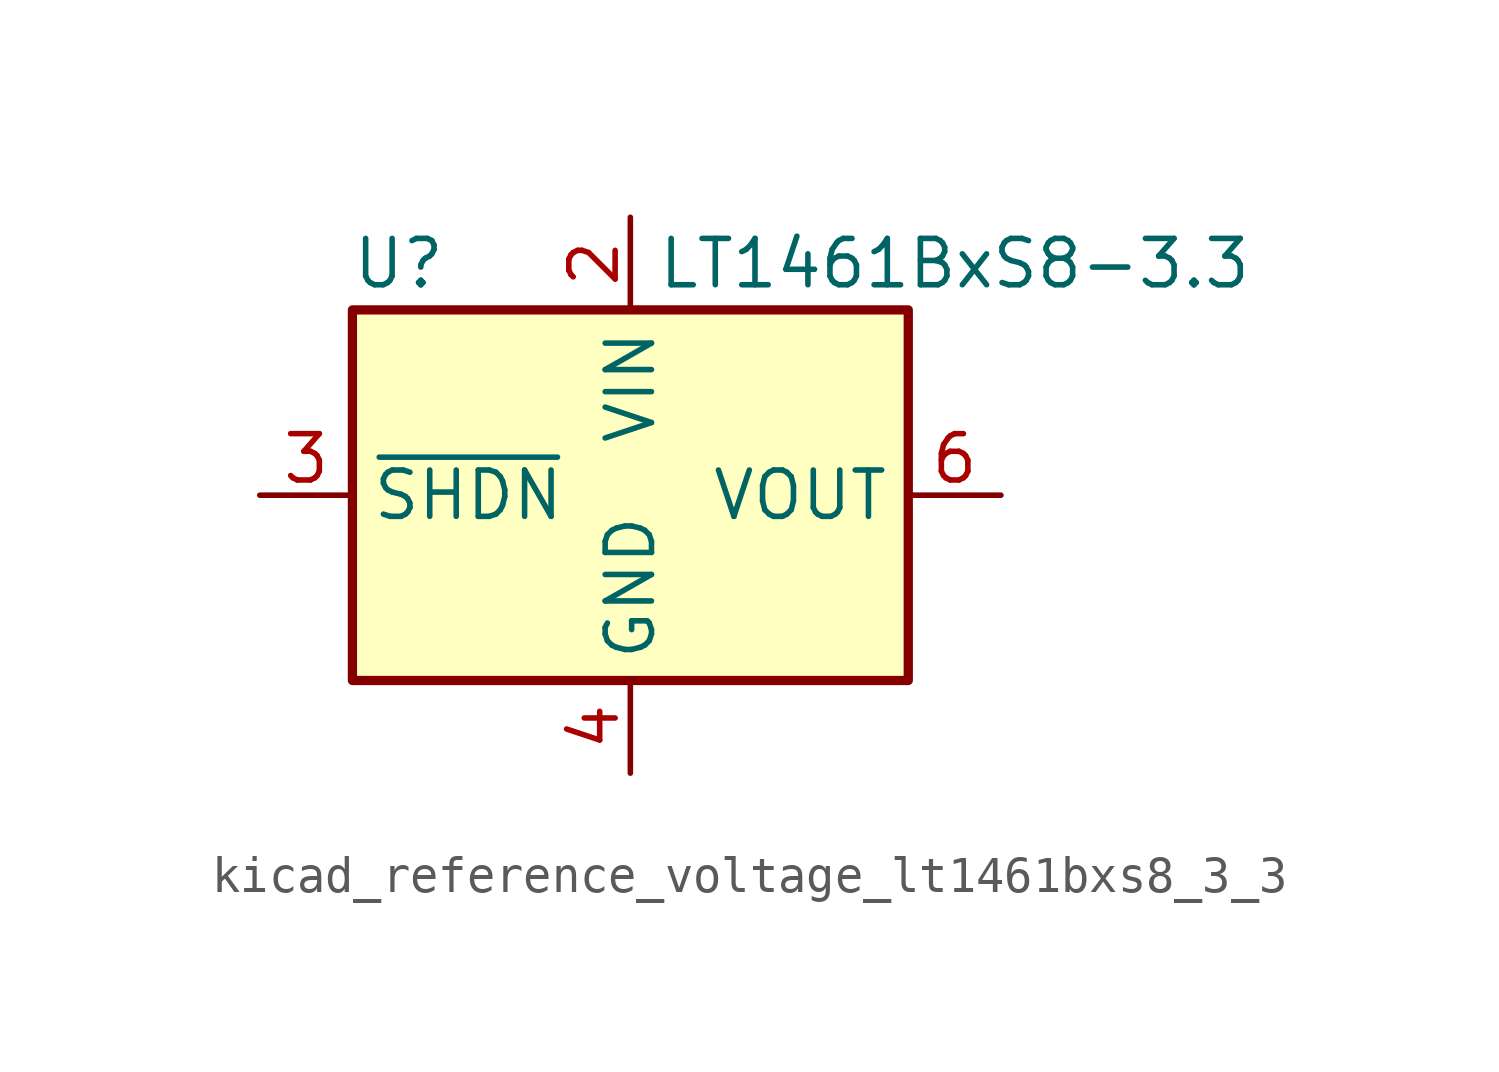
<source format=kicad_sym>
(kicad_symbol_lib
  (version 20220914)
  (generator kicad_symbol_editor)
  (symbol "kicad_reference_voltage_lt1461bxs8_3_3"
    (property "Reference" "U"
      (at -6.35 6.35 0)
      (effects (font (size 1.27 1.27))))
    (property "Value" "LT1461BxS8-3.3"
      (at 8.89 6.35 0)
      (effects (font (size 1.27 1.27))))
    (symbol "kicad_reference_voltage_lt1461bxs8_3_3_1_1"
      (rectangle (start -7.62 5.08) (end 7.62 -5.08) (stroke (width 0.254) (type default)) (fill (type background)))
      (pin no_connect line (at 7.62 -2.54 180) (length 2.54) hide (name "DNC" (effects (font (size 1.27 1.27)))) (number "1" (effects (font (size 1.27 1.27)))))
      (pin power_in line (at 0 7.62 270) (length 2.54) (name "VIN" (effects (font (size 1.27 1.27)))) (number "2" (effects (font (size 1.27 1.27)))))
      (pin input line (at -10.16 0 0) (length 2.54) (name "~{SHDN}" (effects (font (size 1.27 1.27)))) (number "3" (effects (font (size 1.27 1.27)))))
      (pin power_in line (at 0 -7.62 90) (length 2.54) (name "GND" (effects (font (size 1.27 1.27)))) (number "4" (effects (font (size 1.27 1.27)))))
      (pin no_connect line (at -7.62 -2.54 0) (length 2.54) hide (name "DNC" (effects (font (size 1.27 1.27)))) (number "5" (effects (font (size 1.27 1.27)))))
      (pin power_out line (at 10.16 0 180) (length 2.54) (name "VOUT" (effects (font (size 1.27 1.27)))) (number "6" (effects (font (size 1.27 1.27)))))
      (pin no_connect line (at -7.62 2.54 0) (length 2.54) hide (name "DNC" (effects (font (size 1.27 1.27)))) (number "7" (effects (font (size 1.27 1.27)))))
      (pin no_connect line (at 7.62 2.54 180) (length 2.54) hide (name "DNC" (effects (font (size 1.27 1.27)))) (number "8" (effects (font (size 1.27 1.27))))))))
</source>
